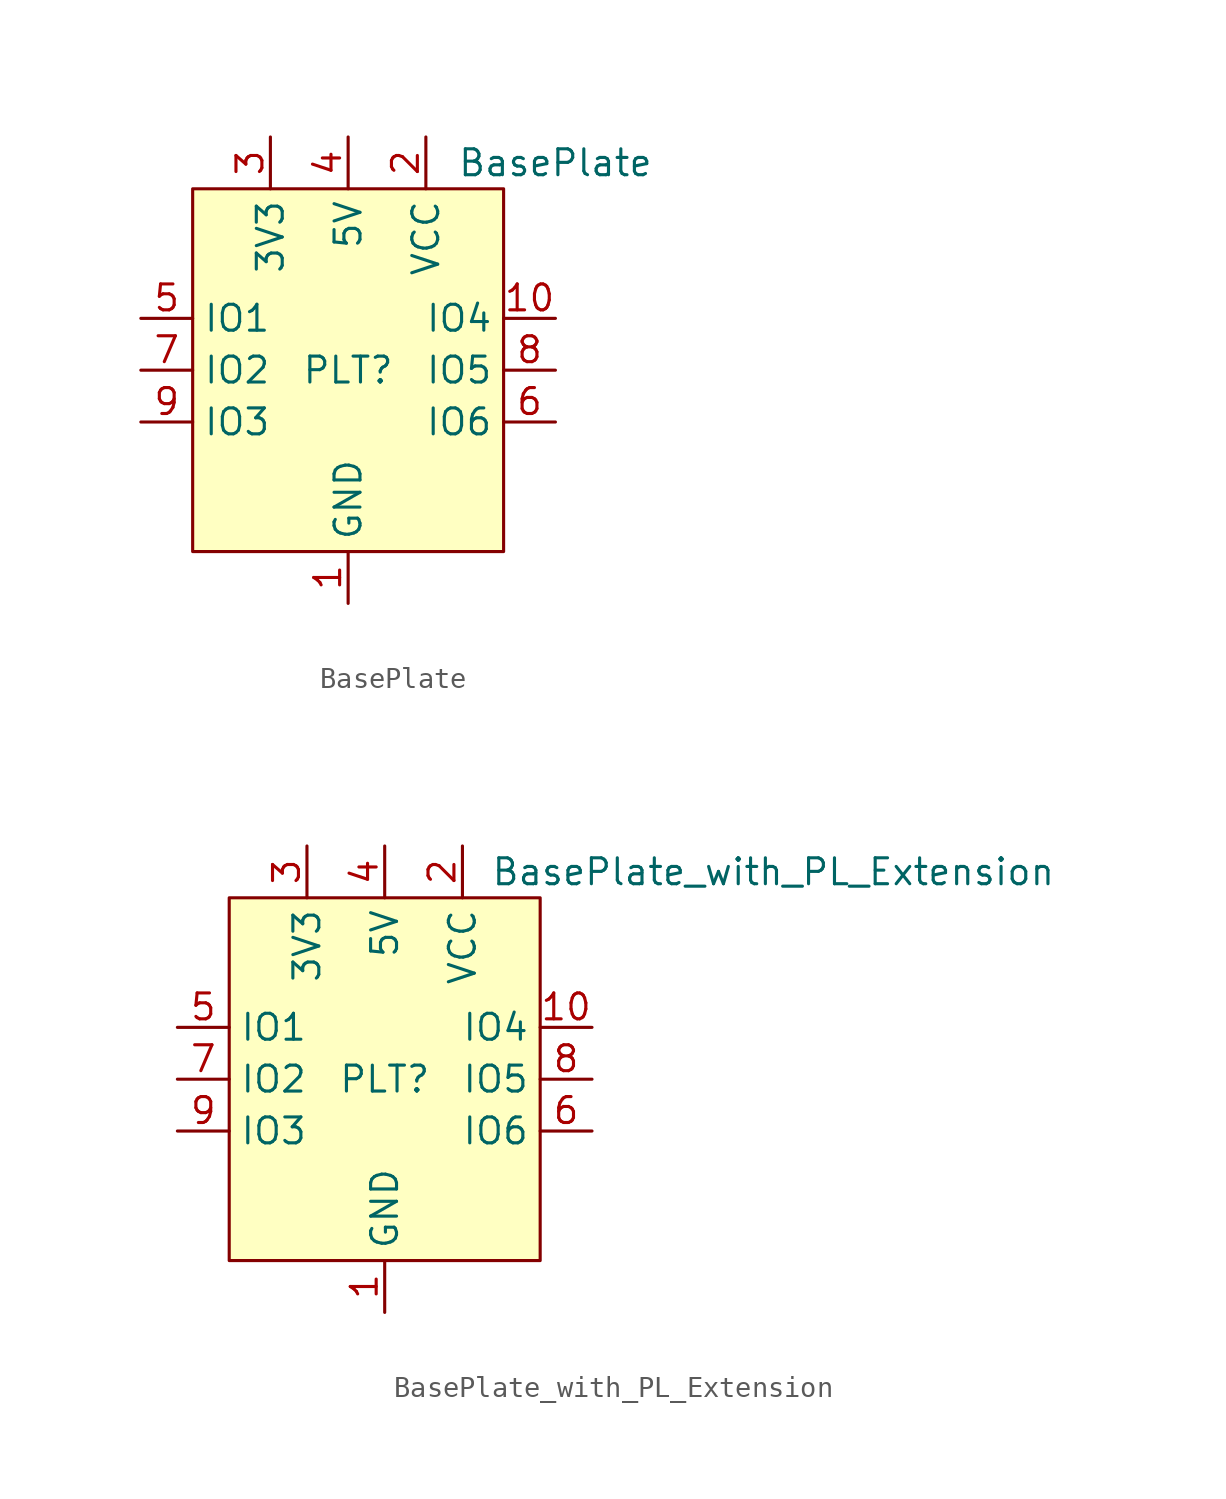
<source format=kicad_sym>
(kicad_symbol_lib
  (version 20211014)
  (generator kicad_symbol_editor)
  (symbol "BasePlate"
    (property "Reference" "PLT"
      (at 0 0 0)
      (effects (font (size 1.27 1.27))))
    (property "Value" "BasePlate"
      (at 10.16 10.16 0)
      (effects (font (size 1.27 1.27))))
    (symbol "BasePlate_0_0"
      (pin power_in line (at 0 -11.43 90) (length 2.54) (name "GND" (effects (font (size 1.27 1.27)))) (number "1" (effects (font (size 1.27 1.27)))))
      (pin bidirectional line (at 10.16 2.54 180) (length 2.54) (name "IO4" (effects (font (size 1.27 1.27)))) (number "10" (effects (font (size 1.27 1.27)))))
      (pin power_out line (at 3.81 11.43 270) (length 2.54) (name "VCC" (effects (font (size 1.27 1.27)))) (number "2" (effects (font (size 1.27 1.27)))))
      (pin power_out line (at -3.81 11.43 270) (length 2.54) (name "3V3" (effects (font (size 1.27 1.27)))) (number "3" (effects (font (size 1.27 1.27)))))
      (pin power_out line (at 0 11.43 270) (length 2.54) (name "5V" (effects (font (size 1.27 1.27)))) (number "4" (effects (font (size 1.27 1.27)))))
      (pin bidirectional line (at -10.16 2.54 0) (length 2.54) (name "IO1" (effects (font (size 1.27 1.27)))) (number "5" (effects (font (size 1.27 1.27)))))
      (pin bidirectional line (at 10.16 -2.54 180) (length 2.54) (name "IO6" (effects (font (size 1.27 1.27)))) (number "6" (effects (font (size 1.27 1.27)))))
      (pin bidirectional line (at -10.16 0 0) (length 2.54) (name "IO2" (effects (font (size 1.27 1.27)))) (number "7" (effects (font (size 1.27 1.27)))))
      (pin bidirectional line (at 10.16 0 180) (length 2.54) (name "IO5" (effects (font (size 1.27 1.27)))) (number "8" (effects (font (size 1.27 1.27)))))
      (pin bidirectional line (at -10.16 -2.54 0) (length 2.54) (name "IO3" (effects (font (size 1.27 1.27)))) (number "9" (effects (font (size 1.27 1.27))))))
    (symbol "BasePlate_0_1"
      (rectangle (start -7.62 8.89) (end 7.62 -8.89) (stroke (width 0) (type default) (color 0 0 0 0)) (fill (type background)))))
  (symbol "BasePlate_with_PL_Extension"
    (property "Reference" "PLT"
      (at 0 0 0)
      (effects (font (size 1.27 1.27))))
    (property "Value" "BasePlate_with_PL_Extension"
      (at 19.05 10.16 0)
      (effects (font (size 1.27 1.27))))
    (symbol "BasePlate_with_PL_Extension_0_0"
      (pin power_in line (at 0 -11.43 90) (length 2.54) (name "GND" (effects (font (size 1.27 1.27)))) (number "1" (effects (font (size 1.27 1.27)))))
      (pin bidirectional line (at 10.16 2.54 180) (length 2.54) (name "IO4" (effects (font (size 1.27 1.27)))) (number "10" (effects (font (size 1.27 1.27)))))
      (pin power_out line (at 3.81 11.43 270) (length 2.54) (name "VCC" (effects (font (size 1.27 1.27)))) (number "2" (effects (font (size 1.27 1.27)))))
      (pin power_out line (at -3.81 11.43 270) (length 2.54) (name "3V3" (effects (font (size 1.27 1.27)))) (number "3" (effects (font (size 1.27 1.27)))))
      (pin power_out line (at 0 11.43 270) (length 2.54) (name "5V" (effects (font (size 1.27 1.27)))) (number "4" (effects (font (size 1.27 1.27)))))
      (pin bidirectional line (at -10.16 2.54 0) (length 2.54) (name "IO1" (effects (font (size 1.27 1.27)))) (number "5" (effects (font (size 1.27 1.27)))))
      (pin bidirectional line (at 10.16 -2.54 180) (length 2.54) (name "IO6" (effects (font (size 1.27 1.27)))) (number "6" (effects (font (size 1.27 1.27)))))
      (pin bidirectional line (at -10.16 0 0) (length 2.54) (name "IO2" (effects (font (size 1.27 1.27)))) (number "7" (effects (font (size 1.27 1.27)))))
      (pin bidirectional line (at 10.16 0 180) (length 2.54) (name "IO5" (effects (font (size 1.27 1.27)))) (number "8" (effects (font (size 1.27 1.27)))))
      (pin bidirectional line (at -10.16 -2.54 0) (length 2.54) (name "IO3" (effects (font (size 1.27 1.27)))) (number "9" (effects (font (size 1.27 1.27))))))
    (symbol "BasePlate_with_PL_Extension_0_1"
      (rectangle (start -7.62 8.89) (end 7.62 -8.89) (stroke (width 0) (type default) (color 0 0 0 0)) (fill (type background))))))
</source>
